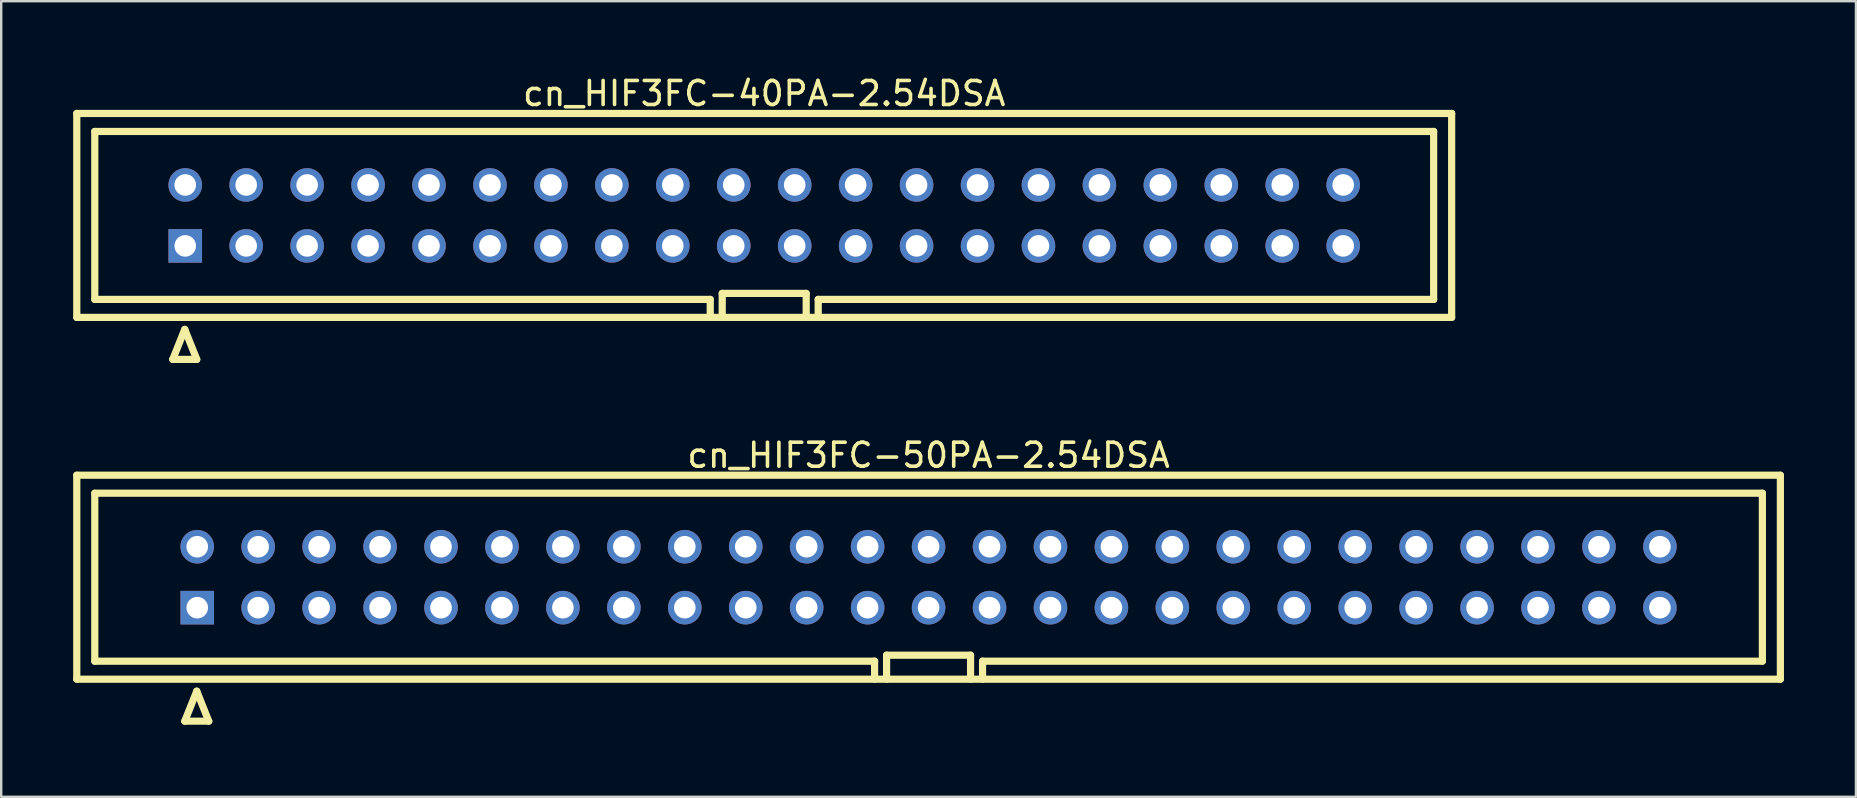
<source format=kicad_pcb>
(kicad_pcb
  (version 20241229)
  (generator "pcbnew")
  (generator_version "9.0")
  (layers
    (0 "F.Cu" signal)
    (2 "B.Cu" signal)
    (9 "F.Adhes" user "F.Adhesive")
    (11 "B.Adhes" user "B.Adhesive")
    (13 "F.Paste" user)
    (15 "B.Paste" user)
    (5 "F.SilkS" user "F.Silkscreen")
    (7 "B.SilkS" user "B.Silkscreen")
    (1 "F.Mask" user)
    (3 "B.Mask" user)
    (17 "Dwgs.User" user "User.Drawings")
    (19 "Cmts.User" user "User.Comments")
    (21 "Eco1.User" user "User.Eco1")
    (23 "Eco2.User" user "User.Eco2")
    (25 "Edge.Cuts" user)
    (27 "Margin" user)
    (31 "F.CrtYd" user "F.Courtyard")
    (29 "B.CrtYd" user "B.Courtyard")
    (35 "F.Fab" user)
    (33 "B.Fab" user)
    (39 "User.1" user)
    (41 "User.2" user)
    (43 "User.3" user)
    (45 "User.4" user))
  (footprint "cn_HIF3FC-40PA-2.54DSA"
    (layer "F.Cu")
    (at 28.8 5.928)
    (property "Reference" "cn_HIF3FC-40PA-2.54DSA" (at 0 -5.08 0) (layer "F.SilkS") (effects (font (size 1 1) (thickness 0.15))))
    (attr through_hole)
    (fp_line (start -28.65 -4.25) (end -28.65 4.25) (stroke (width 0.3) (type solid)) (layer "F.SilkS"))
    (fp_line (start -28.65 4.25) (end 28.65 4.25) (stroke (width 0.3) (type solid)) (layer "F.SilkS"))
    (fp_line (start -27.9 -3.5) (end -27.9 3.5) (stroke (width 0.3) (type solid)) (layer "F.SilkS"))
    (fp_line (start -27.9 3.5) (end -2.25 3.5) (stroke (width 0.3) (type solid)) (layer "F.SilkS"))
    (fp_line (start -24.65 6) (end -23.65 6) (stroke (width 0.3) (type solid)) (layer "F.SilkS"))
    (fp_line (start -24.15 4.75) (end -24.65 6) (stroke (width 0.3) (type solid)) (layer "F.SilkS"))
    (fp_line (start -23.65 6) (end -24.15 4.75) (stroke (width 0.3) (type solid)) (layer "F.SilkS"))
    (fp_line (start -2.25 3.5) (end -2.25 4.25) (stroke (width 0.3) (type solid)) (layer "F.SilkS"))
    (fp_line (start -1.75 3.25) (end 1.75 3.25) (stroke (width 0.3) (type solid)) (layer "F.SilkS"))
    (fp_line (start -1.75 4.25) (end -1.75 3.25) (stroke (width 0.3) (type solid)) (layer "F.SilkS"))
    (fp_line (start 1.75 3.25) (end 1.75 4.25) (stroke (width 0.3) (type solid)) (layer "F.SilkS"))
    (fp_line (start 2.25 3.5) (end 27.9 3.5) (stroke (width 0.3) (type solid)) (layer "F.SilkS"))
    (fp_line (start 2.25 4.25) (end 2.25 3.5) (stroke (width 0.3) (type solid)) (layer "F.SilkS"))
    (fp_line (start 27.9 -3.5) (end -27.9 -3.5) (stroke (width 0.3) (type solid)) (layer "F.SilkS"))
    (fp_line (start 27.9 3.5) (end 27.9 -3.5) (stroke (width 0.3) (type solid)) (layer "F.SilkS"))
    (fp_line (start 28.65 -4.25) (end -28.65 -4.25) (stroke (width 0.3) (type solid)) (layer "F.SilkS"))
    (fp_line (start 28.65 4.25) (end 28.65 -4.25) (stroke (width 0.3) (type solid)) (layer "F.SilkS"))
    (pad "1" thru_hole rect (at -24.13 1.27) (size 1.4 1.4) (drill 0.9) (layers "*.Cu" "*.Mask"))
    (pad "2" thru_hole circle (at -24.13 -1.27) (size 1.4 1.4) (drill 0.9) (layers "*.Cu" "*.Mask"))
    (pad "3" thru_hole circle (at -21.59 1.27) (size 1.4 1.4) (drill 0.9) (layers "*.Cu" "*.Mask"))
    (pad "4" thru_hole circle (at -21.59 -1.27) (size 1.4 1.4) (drill 0.9) (layers "*.Cu" "*.Mask"))
    (pad "5" thru_hole circle (at -19.05 1.27) (size 1.4 1.4) (drill 0.9) (layers "*.Cu" "*.Mask"))
    (pad "6" thru_hole circle (at -19.05 -1.27) (size 1.4 1.4) (drill 0.9) (layers "*.Cu" "*.Mask"))
    (pad "7" thru_hole circle (at -16.51 1.27) (size 1.4 1.4) (drill 0.9) (layers "*.Cu" "*.Mask"))
    (pad "8" thru_hole circle (at -16.51 -1.27) (size 1.4 1.4) (drill 0.9) (layers "*.Cu" "*.Mask"))
    (pad "9" thru_hole circle (at -13.97 1.27) (size 1.4 1.4) (drill 0.9) (layers "*.Cu" "*.Mask"))
    (pad "10" thru_hole circle (at -13.97 -1.27) (size 1.4 1.4) (drill 0.9) (layers "*.Cu" "*.Mask"))
    (pad "11" thru_hole circle (at -11.43 1.27) (size 1.4 1.4) (drill 0.9) (layers "*.Cu" "*.Mask"))
    (pad "12" thru_hole circle (at -11.43 -1.27) (size 1.4 1.4) (drill 0.9) (layers "*.Cu" "*.Mask"))
    (pad "13" thru_hole circle (at -8.89 1.27) (size 1.4 1.4) (drill 0.9) (layers "*.Cu" "*.Mask"))
    (pad "14" thru_hole circle (at -8.89 -1.27) (size 1.4 1.4) (drill 0.9) (layers "*.Cu" "*.Mask"))
    (pad "15" thru_hole circle (at -6.35 1.27) (size 1.4 1.4) (drill 0.9) (layers "*.Cu" "*.Mask"))
    (pad "16" thru_hole circle (at -6.35 -1.27) (size 1.4 1.4) (drill 0.9) (layers "*.Cu" "*.Mask"))
    (pad "17" thru_hole circle (at -3.81 1.27) (size 1.4 1.4) (drill 0.9) (layers "*.Cu" "*.Mask"))
    (pad "18" thru_hole circle (at -3.81 -1.27) (size 1.4 1.4) (drill 0.9) (layers "*.Cu" "*.Mask"))
    (pad "19" thru_hole circle (at -1.27 1.27) (size 1.4 1.4) (drill 0.9) (layers "*.Cu" "*.Mask"))
    (pad "20" thru_hole circle (at -1.27 -1.27) (size 1.4 1.4) (drill 0.9) (layers "*.Cu" "*.Mask"))
    (pad "21" thru_hole circle (at 1.27 1.27) (size 1.4 1.4) (drill 0.9) (layers "*.Cu" "*.Mask"))
    (pad "22" thru_hole circle (at 1.27 -1.27) (size 1.4 1.4) (drill 0.9) (layers "*.Cu" "*.Mask"))
    (pad "23" thru_hole circle (at 3.81 1.27) (size 1.4 1.4) (drill 0.9) (layers "*.Cu" "*.Mask"))
    (pad "24" thru_hole circle (at 3.81 -1.27) (size 1.4 1.4) (drill 0.9) (layers "*.Cu" "*.Mask"))
    (pad "25" thru_hole circle (at 6.35 1.27) (size 1.4 1.4) (drill 0.9) (layers "*.Cu" "*.Mask"))
    (pad "26" thru_hole circle (at 6.35 -1.27) (size 1.4 1.4) (drill 0.9) (layers "*.Cu" "*.Mask"))
    (pad "27" thru_hole circle (at 8.89 1.27) (size 1.4 1.4) (drill 0.9) (layers "*.Cu" "*.Mask"))
    (pad "28" thru_hole circle (at 8.89 -1.27) (size 1.4 1.4) (drill 0.9) (layers "*.Cu" "*.Mask"))
    (pad "29" thru_hole circle (at 11.43 1.27) (size 1.4 1.4) (drill 0.9) (layers "*.Cu" "*.Mask"))
    (pad "30" thru_hole circle (at 11.43 -1.27) (size 1.4 1.4) (drill 0.9) (layers "*.Cu" "*.Mask"))
    (pad "31" thru_hole circle (at 13.97 1.27) (size 1.4 1.4) (drill 0.9) (layers "*.Cu" "*.Mask"))
    (pad "32" thru_hole circle (at 13.97 -1.27) (size 1.4 1.4) (drill 0.9) (layers "*.Cu" "*.Mask"))
    (pad "33" thru_hole circle (at 16.51 1.27) (size 1.4 1.4) (drill 0.9) (layers "*.Cu" "*.Mask"))
    (pad "34" thru_hole circle (at 16.51 -1.27) (size 1.4 1.4) (drill 0.9) (layers "*.Cu" "*.Mask"))
    (pad "35" thru_hole circle (at 19.05 1.27) (size 1.4 1.4) (drill 0.9) (layers "*.Cu" "*.Mask"))
    (pad "36" thru_hole circle (at 19.05 -1.27) (size 1.4 1.4) (drill 0.9) (layers "*.Cu" "*.Mask"))
    (pad "37" thru_hole circle (at 21.59 1.27) (size 1.4 1.4) (drill 0.9) (layers "*.Cu" "*.Mask"))
    (pad "38" thru_hole circle (at 21.59 -1.27) (size 1.4 1.4) (drill 0.9) (layers "*.Cu" "*.Mask"))
    (pad "39" thru_hole circle (at 24.13 1.27) (size 1.4 1.4) (drill 0.9) (layers "*.Cu" "*.Mask"))
    (pad "40" thru_hole circle (at 24.13 -1.27) (size 1.4 1.4) (drill 0.9) (layers "*.Cu" "*.Mask")))
  (footprint "cn_HIF3FC-50PA-2.54DSA"
    (layer "F.Cu")
    (at 35.65 21.006)
    (property "Reference" "cn_HIF3FC-50PA-2.54DSA" (at 0 -5.08 0) (layer "F.SilkS") (effects (font (size 1 1) (thickness 0.15))))
    (attr through_hole)
    (fp_line (start -35.5 -4.25) (end -35.5 4.25) (stroke (width 0.3) (type solid)) (layer "F.SilkS"))
    (fp_line (start -35.5 4.25) (end 35.5 4.25) (stroke (width 0.3) (type solid)) (layer "F.SilkS"))
    (fp_line (start -34.75 -3.5) (end -34.75 3.5) (stroke (width 0.3) (type solid)) (layer "F.SilkS"))
    (fp_line (start -34.75 3.5) (end -2.25 3.5) (stroke (width 0.3) (type solid)) (layer "F.SilkS"))
    (fp_line (start -31 6) (end -30 6) (stroke (width 0.3) (type solid)) (layer "F.SilkS"))
    (fp_line (start -30.5 4.75) (end -31 6) (stroke (width 0.3) (type solid)) (layer "F.SilkS"))
    (fp_line (start -30 6) (end -30.5 4.75) (stroke (width 0.3) (type solid)) (layer "F.SilkS"))
    (fp_line (start -2.25 3.5) (end -2.25 4.25) (stroke (width 0.3) (type solid)) (layer "F.SilkS"))
    (fp_line (start -1.75 3.25) (end 1.75 3.25) (stroke (width 0.3) (type solid)) (layer "F.SilkS"))
    (fp_line (start -1.75 4.25) (end -1.75 3.25) (stroke (width 0.3) (type solid)) (layer "F.SilkS"))
    (fp_line (start 1.75 3.25) (end 1.75 4.25) (stroke (width 0.3) (type solid)) (layer "F.SilkS"))
    (fp_line (start 2.25 3.5) (end 34.75 3.5) (stroke (width 0.3) (type solid)) (layer "F.SilkS"))
    (fp_line (start 2.25 4.25) (end 2.25 3.5) (stroke (width 0.3) (type solid)) (layer "F.SilkS"))
    (fp_line (start 34.75 -3.5) (end -34.75 -3.5) (stroke (width 0.3) (type solid)) (layer "F.SilkS"))
    (fp_line (start 34.75 3.5) (end 34.75 -3.5) (stroke (width 0.3) (type solid)) (layer "F.SilkS"))
    (fp_line (start 35.5 -4.25) (end -35.5 -4.25) (stroke (width 0.3) (type solid)) (layer "F.SilkS"))
    (fp_line (start 35.5 4.25) (end 35.5 -4.25) (stroke (width 0.3) (type solid)) (layer "F.SilkS"))
    (pad "1" thru_hole rect (at -30.48 1.27) (size 1.4 1.4) (drill 0.9) (layers "*.Cu" "*.Mask"))
    (pad "2" thru_hole circle (at -30.48 -1.27) (size 1.4 1.4) (drill 0.9) (layers "*.Cu" "*.Mask"))
    (pad "3" thru_hole circle (at -27.94 1.27) (size 1.4 1.4) (drill 0.9) (layers "*.Cu" "*.Mask"))
    (pad "4" thru_hole circle (at -27.94 -1.27) (size 1.4 1.4) (drill 0.9) (layers "*.Cu" "*.Mask"))
    (pad "5" thru_hole circle (at -25.4 1.27) (size 1.4 1.4) (drill 0.9) (layers "*.Cu" "*.Mask"))
    (pad "6" thru_hole circle (at -25.4 -1.27) (size 1.4 1.4) (drill 0.9) (layers "*.Cu" "*.Mask"))
    (pad "7" thru_hole circle (at -22.86 1.27) (size 1.4 1.4) (drill 0.9) (layers "*.Cu" "*.Mask"))
    (pad "8" thru_hole circle (at -22.86 -1.27) (size 1.4 1.4) (drill 0.9) (layers "*.Cu" "*.Mask"))
    (pad "9" thru_hole circle (at -20.32 1.27) (size 1.4 1.4) (drill 0.9) (layers "*.Cu" "*.Mask"))
    (pad "10" thru_hole circle (at -20.32 -1.27) (size 1.4 1.4) (drill 0.9) (layers "*.Cu" "*.Mask"))
    (pad "11" thru_hole circle (at -17.78 1.27) (size 1.4 1.4) (drill 0.9) (layers "*.Cu" "*.Mask"))
    (pad "12" thru_hole circle (at -17.78 -1.27) (size 1.4 1.4) (drill 0.9) (layers "*.Cu" "*.Mask"))
    (pad "13" thru_hole circle (at -15.24 1.27) (size 1.4 1.4) (drill 0.9) (layers "*.Cu" "*.Mask"))
    (pad "14" thru_hole circle (at -15.24 -1.27) (size 1.4 1.4) (drill 0.9) (layers "*.Cu" "*.Mask"))
    (pad "15" thru_hole circle (at -12.7 1.27) (size 1.4 1.4) (drill 0.9) (layers "*.Cu" "*.Mask"))
    (pad "16" thru_hole circle (at -12.7 -1.27) (size 1.4 1.4) (drill 0.9) (layers "*.Cu" "*.Mask"))
    (pad "17" thru_hole circle (at -10.16 1.27) (size 1.4 1.4) (drill 0.9) (layers "*.Cu" "*.Mask"))
    (pad "18" thru_hole circle (at -10.16 -1.27) (size 1.4 1.4) (drill 0.9) (layers "*.Cu" "*.Mask"))
    (pad "19" thru_hole circle (at -7.62 1.27) (size 1.4 1.4) (drill 0.9) (layers "*.Cu" "*.Mask"))
    (pad "20" thru_hole circle (at -7.62 -1.27) (size 1.4 1.4) (drill 0.9) (layers "*.Cu" "*.Mask"))
    (pad "21" thru_hole circle (at -5.08 1.27) (size 1.4 1.4) (drill 0.9) (layers "*.Cu" "*.Mask"))
    (pad "22" thru_hole circle (at -5.08 -1.27) (size 1.4 1.4) (drill 0.9) (layers "*.Cu" "*.Mask"))
    (pad "23" thru_hole circle (at -2.54 1.27) (size 1.4 1.4) (drill 0.9) (layers "*.Cu" "*.Mask"))
    (pad "24" thru_hole circle (at -2.54 -1.27) (size 1.4 1.4) (drill 0.9) (layers "*.Cu" "*.Mask"))
    (pad "25" thru_hole circle (at 0 1.27) (size 1.4 1.4) (drill 0.9) (layers "*.Cu" "*.Mask"))
    (pad "26" thru_hole circle (at 0 -1.27) (size 1.4 1.4) (drill 0.9) (layers "*.Cu" "*.Mask"))
    (pad "27" thru_hole circle (at 2.54 1.27) (size 1.4 1.4) (drill 0.9) (layers "*.Cu" "*.Mask"))
    (pad "28" thru_hole circle (at 2.54 -1.27) (size 1.4 1.4) (drill 0.9) (layers "*.Cu" "*.Mask"))
    (pad "29" thru_hole circle (at 5.08 1.27) (size 1.4 1.4) (drill 0.9) (layers "*.Cu" "*.Mask"))
    (pad "30" thru_hole circle (at 5.08 -1.27) (size 1.4 1.4) (drill 0.9) (layers "*.Cu" "*.Mask"))
    (pad "31" thru_hole circle (at 7.62 1.27) (size 1.4 1.4) (drill 0.9) (layers "*.Cu" "*.Mask"))
    (pad "32" thru_hole circle (at 7.62 -1.27) (size 1.4 1.4) (drill 0.9) (layers "*.Cu" "*.Mask"))
    (pad "33" thru_hole circle (at 10.16 1.27) (size 1.4 1.4) (drill 0.9) (layers "*.Cu" "*.Mask"))
    (pad "34" thru_hole circle (at 10.16 -1.27) (size 1.4 1.4) (drill 0.9) (layers "*.Cu" "*.Mask"))
    (pad "35" thru_hole circle (at 12.7 1.27) (size 1.4 1.4) (drill 0.9) (layers "*.Cu" "*.Mask"))
    (pad "36" thru_hole circle (at 12.7 -1.27) (size 1.4 1.4) (drill 0.9) (layers "*.Cu" "*.Mask"))
    (pad "37" thru_hole circle (at 15.24 1.27) (size 1.4 1.4) (drill 0.9) (layers "*.Cu" "*.Mask"))
    (pad "38" thru_hole circle (at 15.24 -1.27) (size 1.4 1.4) (drill 0.9) (layers "*.Cu" "*.Mask"))
    (pad "39" thru_hole circle (at 17.78 1.27) (size 1.4 1.4) (drill 0.9) (layers "*.Cu" "*.Mask"))
    (pad "40" thru_hole circle (at 17.78 -1.27) (size 1.4 1.4) (drill 0.9) (layers "*.Cu" "*.Mask"))
    (pad "41" thru_hole circle (at 20.32 1.27) (size 1.4 1.4) (drill 0.9) (layers "*.Cu" "*.Mask"))
    (pad "42" thru_hole circle (at 20.32 -1.27) (size 1.4 1.4) (drill 0.9) (layers "*.Cu" "*.Mask"))
    (pad "43" thru_hole circle (at 22.86 1.27) (size 1.4 1.4) (drill 0.9) (layers "*.Cu" "*.Mask"))
    (pad "44" thru_hole circle (at 22.86 -1.27) (size 1.4 1.4) (drill 0.9) (layers "*.Cu" "*.Mask"))
    (pad "45" thru_hole circle (at 25.4 1.27) (size 1.4 1.4) (drill 0.9) (layers "*.Cu" "*.Mask"))
    (pad "46" thru_hole circle (at 25.4 -1.27) (size 1.4 1.4) (drill 0.9) (layers "*.Cu" "*.Mask"))
    (pad "47" thru_hole circle (at 27.94 1.27) (size 1.4 1.4) (drill 0.9) (layers "*.Cu" "*.Mask"))
    (pad "48" thru_hole circle (at 27.94 -1.27) (size 1.4 1.4) (drill 0.9) (layers "*.Cu" "*.Mask"))
    (pad "49" thru_hole circle (at 30.48 1.27) (size 1.4 1.4) (drill 0.9) (layers "*.Cu" "*.Mask"))
    (pad "50" thru_hole circle (at 30.48 -1.27) (size 1.4 1.4) (drill 0.9) (layers "*.Cu" "*.Mask")))
  (gr_rect
    (start -3 -3)
    (end 74.3 30.157)
    (stroke (width 0.1) (type default))
    (fill no)
    (layer "Edge.Cuts")))
</source>
